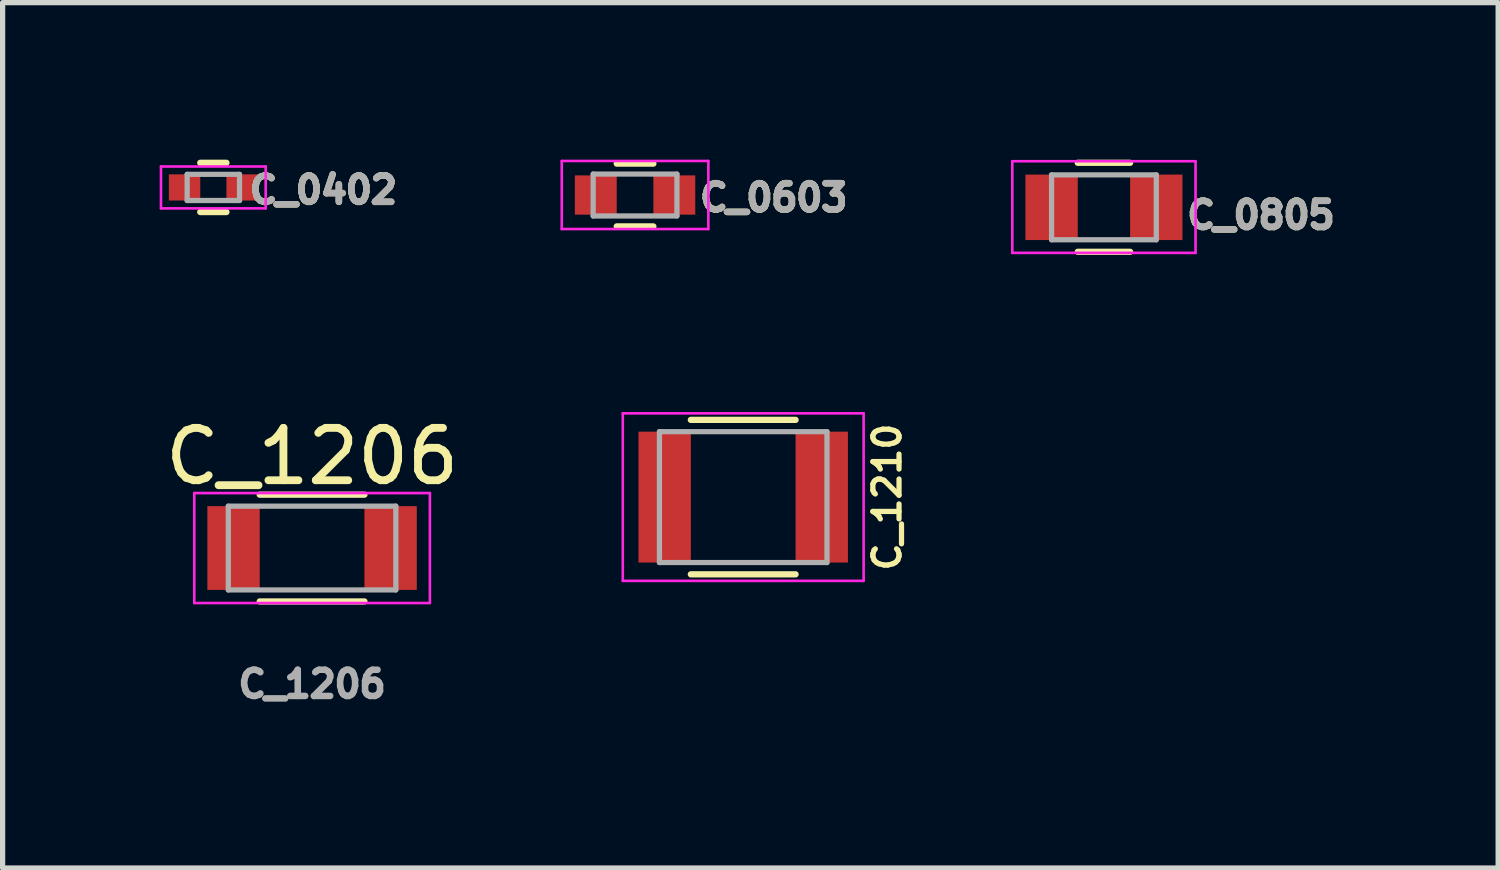
<source format=kicad_pcb>
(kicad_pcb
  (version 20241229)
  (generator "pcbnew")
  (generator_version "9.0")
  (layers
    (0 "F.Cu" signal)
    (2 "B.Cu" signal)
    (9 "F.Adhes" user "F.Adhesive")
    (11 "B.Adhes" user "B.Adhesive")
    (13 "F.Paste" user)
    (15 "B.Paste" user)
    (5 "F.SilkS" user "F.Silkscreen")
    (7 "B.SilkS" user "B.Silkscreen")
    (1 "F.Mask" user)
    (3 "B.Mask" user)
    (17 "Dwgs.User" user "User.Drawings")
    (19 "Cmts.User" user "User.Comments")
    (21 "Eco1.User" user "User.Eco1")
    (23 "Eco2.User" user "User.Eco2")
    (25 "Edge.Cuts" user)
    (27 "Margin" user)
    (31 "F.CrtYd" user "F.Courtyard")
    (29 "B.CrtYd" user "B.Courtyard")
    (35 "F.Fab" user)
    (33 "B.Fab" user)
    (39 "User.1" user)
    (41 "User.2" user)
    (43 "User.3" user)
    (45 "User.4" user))
  (footprint "C_0805"
    (layer "F.Cu")
    (at 18.036 0.91)
    (property "Reference" "C_0805" (at 3 0.15 0) (layer "F.SilkS") (effects (font (size 0.5 0.5) (thickness 0.125))))
    (attr smd)
    (fp_line (start -0.5 0.85) (end 0.5 0.85) (stroke (width 0.12) (type solid)) (layer "F.SilkS"))
    (fp_line (start 0.5 -0.85) (end -0.5 -0.85) (stroke (width 0.12) (type solid)) (layer "F.SilkS"))
    (fp_line (start -1.75 -0.88) (end -1.75 0.87) (stroke (width 0.05) (type solid)) (layer "F.CrtYd"))
    (fp_line (start -1.75 -0.88) (end 1.75 -0.88) (stroke (width 0.05) (type solid)) (layer "F.CrtYd"))
    (fp_line (start 1.75 0.87) (end -1.75 0.87) (stroke (width 0.05) (type solid)) (layer "F.CrtYd"))
    (fp_line (start 1.75 0.87) (end 1.75 -0.88) (stroke (width 0.05) (type solid)) (layer "F.CrtYd"))
    (fp_line (start -1 -0.62) (end 1 -0.62) (stroke (width 0.1) (type solid)) (layer "F.Fab"))
    (fp_line (start -1 0.62) (end -1 -0.62) (stroke (width 0.1) (type solid)) (layer "F.Fab"))
    (fp_line (start 1 -0.62) (end 1 0.62) (stroke (width 0.1) (type solid)) (layer "F.Fab"))
    (fp_line (start 1 0.62) (end -1 0.62) (stroke (width 0.1) (type solid)) (layer "F.Fab"))
    (fp_text user "${REFERENCE}" (at 3 0.15 180) (layer "F.Fab") (effects (font (size 0.5 0.5) (thickness 0.125))))
    (pad "1" smd rect (at -1 0) (size 1 1.25) (layers "F.Cu" "F.Mask" "F.Paste"))
    (pad "2" smd rect (at 1 0) (size 1 1.25) (layers "F.Cu" "F.Mask" "F.Paste")))
  (footprint "C_1206"
    (layer "F.Cu")
    (at 2.911 7.418)
    (property "Reference" "C_1206" (at 0 -1.75 0) (layer "F.SilkS") (effects (font (size 1 1) (thickness 0.15))))
    (attr smd)
    (fp_line (start -1 1.02) (end 1 1.02) (stroke (width 0.12) (type solid)) (layer "F.SilkS"))
    (fp_line (start 1 -1.02) (end -1 -1.02) (stroke (width 0.12) (type solid)) (layer "F.SilkS"))
    (fp_line (start -2.25 -1.05) (end -2.25 1.05) (stroke (width 0.05) (type solid)) (layer "F.CrtYd"))
    (fp_line (start -2.25 -1.05) (end 2.25 -1.05) (stroke (width 0.05) (type solid)) (layer "F.CrtYd"))
    (fp_line (start 2.25 1.05) (end -2.25 1.05) (stroke (width 0.05) (type solid)) (layer "F.CrtYd"))
    (fp_line (start 2.25 1.05) (end 2.25 -1.05) (stroke (width 0.05) (type solid)) (layer "F.CrtYd"))
    (fp_line (start -1.6 -0.8) (end 1.6 -0.8) (stroke (width 0.1) (type solid)) (layer "F.Fab"))
    (fp_line (start -1.6 0.8) (end -1.6 -0.8) (stroke (width 0.1) (type solid)) (layer "F.Fab"))
    (fp_line (start 1.6 -0.8) (end 1.6 0.8) (stroke (width 0.1) (type solid)) (layer "F.Fab"))
    (fp_line (start 1.6 0.8) (end -1.6 0.8) (stroke (width 0.1) (type solid)) (layer "F.Fab"))
    (fp_text user "${REFERENCE}" (at 0 2.6 0) (layer "F.Fab") (effects (font (size 0.5 0.5) (thickness 0.125))))
    (pad "1" smd rect (at -1.5 0) (size 1 1.6) (layers "F.Cu" "F.Mask" "F.Paste"))
    (pad "2" smd rect (at 1.5 0) (size 1 1.6) (layers "F.Cu" "F.Mask" "F.Paste")))
  (footprint "C_1210"
    (layer "F.Cu")
    (at 11.146 6.445)
    (property "Reference" "C_1210" (at 2.75 0 90) (layer "F.SilkS") (effects (font (size 0.5 0.5) (thickness 0.1))))
    (attr smd)
    (fp_line (start -1 1.475) (end 1 1.475) (stroke (width 0.12) (type solid)) (layer "F.SilkS"))
    (fp_line (start 1 -1.475) (end -1 -1.475) (stroke (width 0.12) (type solid)) (layer "F.SilkS"))
    (fp_line (start -2.3 -1.6) (end -2.3 1.6) (stroke (width 0.05) (type solid)) (layer "F.CrtYd"))
    (fp_line (start -2.3 -1.6) (end 2.3 -1.6) (stroke (width 0.05) (type solid)) (layer "F.CrtYd"))
    (fp_line (start -2.3 1.6) (end 2.3 1.6) (stroke (width 0.05) (type solid)) (layer "F.CrtYd"))
    (fp_line (start 2.3 -1.6) (end 2.3 1.6) (stroke (width 0.05) (type solid)) (layer "F.CrtYd"))
    (fp_line (start -1.6 -1.25) (end 1.6 -1.25) (stroke (width 0.1) (type solid)) (layer "F.Fab"))
    (fp_line (start -1.6 1.25) (end -1.6 -1.25) (stroke (width 0.1) (type solid)) (layer "F.Fab"))
    (fp_line (start 1.6 -1.25) (end 1.6 1.25) (stroke (width 0.1) (type solid)) (layer "F.Fab"))
    (fp_line (start 1.6 1.25) (end -1.6 1.25) (stroke (width 0.1) (type solid)) (layer "F.Fab"))
    (pad "1" smd rect (at -1.5 0) (size 1 2.5) (layers "F.Cu" "F.Mask" "F.Paste"))
    (pad "2" smd rect (at 1.5 0) (size 1 2.5) (layers "F.Cu" "F.Mask" "F.Paste")))
  (footprint "C_0402"
    (layer "F.Cu")
    (at 1.025 0.53)
    (property "Reference" "C_0402" (at 2.1 0.05 0) (layer "F.SilkS") (effects (font (size 0.5 0.5) (thickness 0.125))))
    (attr smd)
    (fp_line (start -0.25 0.47) (end 0.25 0.47) (stroke (width 0.12) (type solid)) (layer "F.SilkS"))
    (fp_line (start 0.25 -0.47) (end -0.25 -0.47) (stroke (width 0.12) (type solid)) (layer "F.SilkS"))
    (fp_line (start -1 -0.4) (end -1 0.4) (stroke (width 0.05) (type solid)) (layer "F.CrtYd"))
    (fp_line (start -1 -0.4) (end 1 -0.4) (stroke (width 0.05) (type solid)) (layer "F.CrtYd"))
    (fp_line (start 1 0.4) (end -1 0.4) (stroke (width 0.05) (type solid)) (layer "F.CrtYd"))
    (fp_line (start 1 0.4) (end 1 -0.4) (stroke (width 0.05) (type solid)) (layer "F.CrtYd"))
    (fp_line (start -0.5 -0.25) (end 0.5 -0.25) (stroke (width 0.1) (type solid)) (layer "F.Fab"))
    (fp_line (start -0.5 0.25) (end -0.5 -0.25) (stroke (width 0.1) (type solid)) (layer "F.Fab"))
    (fp_line (start 0.5 -0.25) (end 0.5 0.25) (stroke (width 0.1) (type solid)) (layer "F.Fab"))
    (fp_line (start 0.5 0.25) (end -0.5 0.25) (stroke (width 0.1) (type solid)) (layer "F.Fab"))
    (fp_text user "${REFERENCE}" (at 2.1 0.05 0) (layer "F.Fab") (effects (font (size 0.5 0.5) (thickness 0.125))))
    (pad "1" smd rect (at -0.55 0) (size 0.6 0.5) (layers "F.Cu" "F.Mask" "F.Paste"))
    (pad "2" smd rect (at 0.55 0) (size 0.6 0.5) (layers "F.Cu" "F.Mask" "F.Paste")))
  (footprint "C_0603"
    (layer "F.Cu")
    (at 9.08 0.675)
    (property "Reference" "C_0603" (at 2.65 0.05 0) (layer "F.SilkS") (effects (font (size 0.5 0.5) (thickness 0.125))))
    (attr smd)
    (fp_line (start -0.35 -0.6) (end 0.35 -0.6) (stroke (width 0.12) (type solid)) (layer "F.SilkS"))
    (fp_line (start 0.35 0.6) (end -0.35 0.6) (stroke (width 0.12) (type solid)) (layer "F.SilkS"))
    (fp_line (start -1.4 -0.65) (end -1.4 0.65) (stroke (width 0.05) (type solid)) (layer "F.CrtYd"))
    (fp_line (start -1.4 -0.65) (end 1.4 -0.65) (stroke (width 0.05) (type solid)) (layer "F.CrtYd"))
    (fp_line (start 1.4 0.65) (end -1.4 0.65) (stroke (width 0.05) (type solid)) (layer "F.CrtYd"))
    (fp_line (start 1.4 0.65) (end 1.4 -0.65) (stroke (width 0.05) (type solid)) (layer "F.CrtYd"))
    (fp_line (start -0.8 -0.4) (end 0.8 -0.4) (stroke (width 0.1) (type solid)) (layer "F.Fab"))
    (fp_line (start -0.8 0.4) (end -0.8 -0.4) (stroke (width 0.1) (type solid)) (layer "F.Fab"))
    (fp_line (start 0.8 -0.4) (end 0.8 0.4) (stroke (width 0.1) (type solid)) (layer "F.Fab"))
    (fp_line (start 0.8 0.4) (end -0.8 0.4) (stroke (width 0.1) (type solid)) (layer "F.Fab"))
    (fp_text user "${REFERENCE}" (at 2.65 0.05 0) (layer "F.Fab") (effects (font (size 0.5 0.5) (thickness 0.125))))
    (pad "1" smd rect (at -0.75 0) (size 0.8 0.75) (layers "F.Cu" "F.Mask" "F.Paste"))
    (pad "2" smd rect (at 0.75 0) (size 0.8 0.75) (layers "F.Cu" "F.Mask" "F.Paste")))
  (gr_rect
    (start -3 -3)
    (end 25.566 13.53)
    (stroke (width 0.1) (type default))
    (fill no)
    (layer "Edge.Cuts")))
</source>
